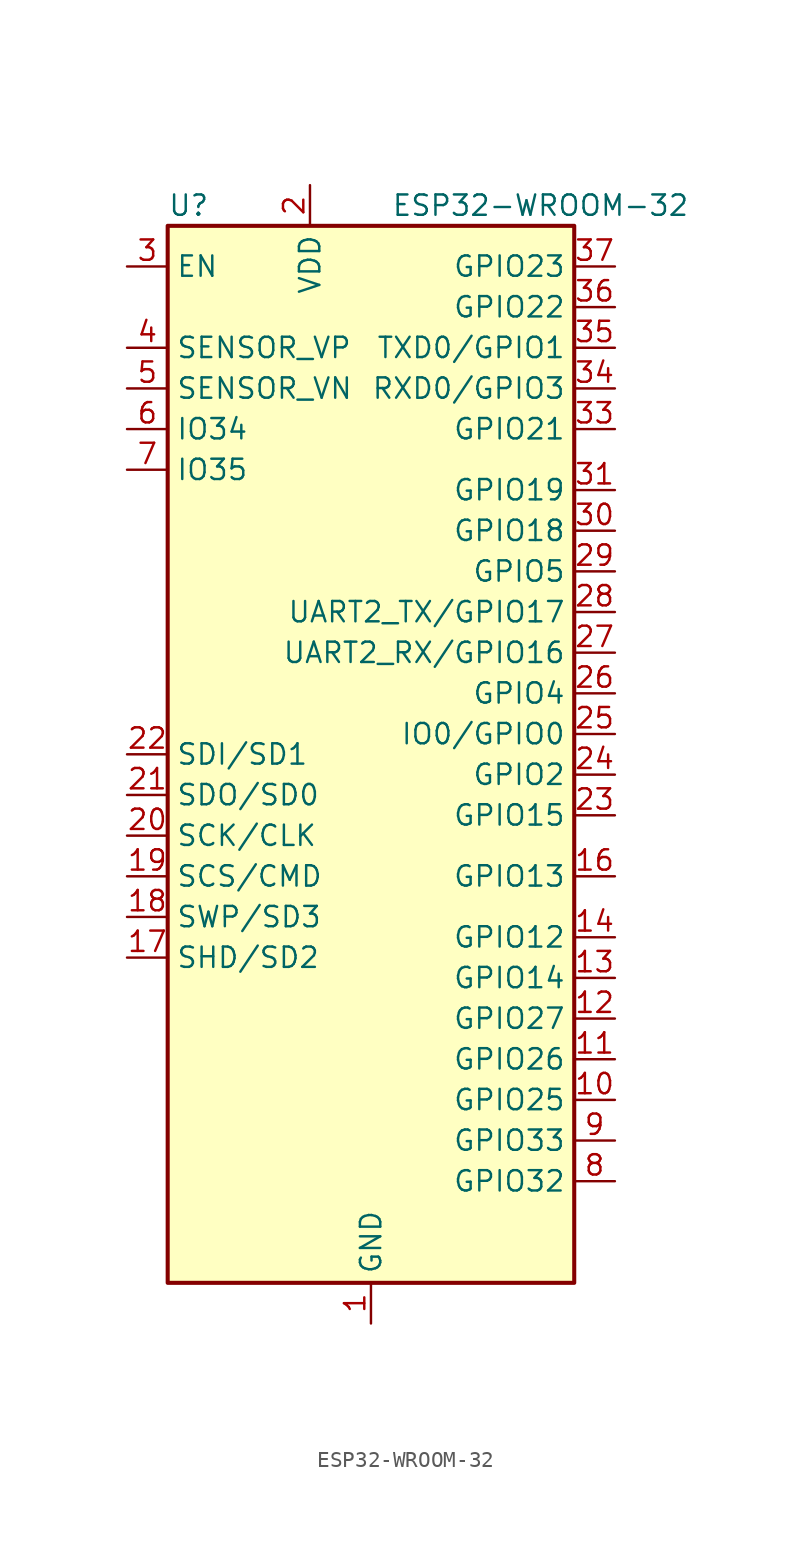
<source format=kicad_sym>
(kicad_symbol_lib
  (version 20211014)
  (generator kicad_symbol_editor)
  (symbol "ESP32-WROOM-32"
    (property "Reference" "U"
      (at -12.7 34.29 0)
      (effects (font (size 1.27 1.27)) (justify left)))
    (property "Value" "ESP32-WROOM-32"
      (at 1.27 34.29 0)
      (effects (font (size 1.27 1.27)) (justify left)))
    (symbol "ESP32-WROOM-32_0_1"
      (rectangle (start -12.7 33.02) (end 12.7 -33.02) (stroke (width 0.254) (type default) (color 0 0 0 0)) (fill (type background))))
    (symbol "ESP32-WROOM-32_1_1"
      (pin power_in line (at 0 -35.56 90) (length 2.54) (name "GND" (effects (font (size 1.27 1.27)))) (number "1" (effects (font (size 1.27 1.27)))))
      (pin bidirectional line (at 15.24 -21.59 180) (length 2.54) (name "GPIO25" (effects (font (size 1.27 1.27)))) (number "10" (effects (font (size 1.27 1.27)))))
      (pin bidirectional line (at 15.24 -19.05 180) (length 2.54) (name "GPIO26" (effects (font (size 1.27 1.27)))) (number "11" (effects (font (size 1.27 1.27)))))
      (pin bidirectional line (at 15.24 -16.51 180) (length 2.54) (name "GPIO27" (effects (font (size 1.27 1.27)))) (number "12" (effects (font (size 1.27 1.27)))))
      (pin bidirectional line (at 15.24 -13.97 180) (length 2.54) (name "GPIO14" (effects (font (size 1.27 1.27)))) (number "13" (effects (font (size 1.27 1.27)))))
      (pin bidirectional line (at 15.24 -11.43 180) (length 2.54) (name "GPIO12" (effects (font (size 1.27 1.27)))) (number "14" (effects (font (size 1.27 1.27)))))
      (pin passive line (at -2.54 -35.56 90) (length 2.54) hide (name "GND" (effects (font (size 1.27 1.27)))) (number "15" (effects (font (size 1.27 1.27)))))
      (pin bidirectional line (at 15.24 -7.62 180) (length 2.54) (name "GPIO13" (effects (font (size 1.27 1.27)))) (number "16" (effects (font (size 1.27 1.27)))))
      (pin bidirectional line (at -15.24 -12.7 0) (length 2.54) (name "SHD/SD2" (effects (font (size 1.27 1.27)))) (number "17" (effects (font (size 1.27 1.27)))))
      (pin bidirectional line (at -15.24 -10.16 0) (length 2.54) (name "SWP/SD3" (effects (font (size 1.27 1.27)))) (number "18" (effects (font (size 1.27 1.27)))))
      (pin bidirectional line (at -15.24 -7.62 0) (length 2.54) (name "SCS/CMD" (effects (font (size 1.27 1.27)))) (number "19" (effects (font (size 1.27 1.27)))))
      (pin power_in line (at -3.81 35.56 270) (length 2.54) (name "VDD" (effects (font (size 1.27 1.27)))) (number "2" (effects (font (size 1.27 1.27)))))
      (pin bidirectional line (at -15.24 -5.08 0) (length 2.54) (name "SCK/CLK" (effects (font (size 1.27 1.27)))) (number "20" (effects (font (size 1.27 1.27)))))
      (pin bidirectional line (at -15.24 -2.54 0) (length 2.54) (name "SDO/SD0" (effects (font (size 1.27 1.27)))) (number "21" (effects (font (size 1.27 1.27)))))
      (pin bidirectional line (at -15.24 0 0) (length 2.54) (name "SDI/SD1" (effects (font (size 1.27 1.27)))) (number "22" (effects (font (size 1.27 1.27)))))
      (pin bidirectional line (at 15.24 -3.81 180) (length 2.54) (name "GPIO15" (effects (font (size 1.27 1.27)))) (number "23" (effects (font (size 1.27 1.27)))))
      (pin bidirectional line (at 15.24 -1.27 180) (length 2.54) (name "GPIO2" (effects (font (size 1.27 1.27)))) (number "24" (effects (font (size 1.27 1.27)))))
      (pin bidirectional line (at 15.24 1.27 180) (length 2.54) (name "IO0/GPIO0" (effects (font (size 1.27 1.27)))) (number "25" (effects (font (size 1.27 1.27)))))
      (pin bidirectional line (at 15.24 3.81 180) (length 2.54) (name "GPIO4" (effects (font (size 1.27 1.27)))) (number "26" (effects (font (size 1.27 1.27)))))
      (pin bidirectional line (at 15.24 6.35 180) (length 2.54) (name "UART2_RX/GPIO16" (effects (font (size 1.27 1.27)))) (number "27" (effects (font (size 1.27 1.27)))))
      (pin bidirectional line (at 15.24 8.89 180) (length 2.54) (name "UART2_TX/GPIO17" (effects (font (size 1.27 1.27)))) (number "28" (effects (font (size 1.27 1.27)))))
      (pin bidirectional line (at 15.24 11.43 180) (length 2.54) (name "GPIO5" (effects (font (size 1.27 1.27)))) (number "29" (effects (font (size 1.27 1.27)))))
      (pin input line (at -15.24 30.48 0) (length 2.54) (name "EN" (effects (font (size 1.27 1.27)))) (number "3" (effects (font (size 1.27 1.27)))))
      (pin bidirectional line (at 15.24 13.97 180) (length 2.54) (name "GPIO18" (effects (font (size 1.27 1.27)))) (number "30" (effects (font (size 1.27 1.27)))))
      (pin bidirectional line (at 15.24 16.51 180) (length 2.54) (name "GPIO19" (effects (font (size 1.27 1.27)))) (number "31" (effects (font (size 1.27 1.27)))))
      (pin no_connect line (at -12.7 -27.94 0) (length 2.54) hide (name "NC" (effects (font (size 1.27 1.27)))) (number "32" (effects (font (size 1.27 1.27)))))
      (pin bidirectional line (at 15.24 20.32 180) (length 2.54) (name "GPIO21" (effects (font (size 1.27 1.27)))) (number "33" (effects (font (size 1.27 1.27)))))
      (pin bidirectional line (at 15.24 22.86 180) (length 2.54) (name "RXD0/GPIO3" (effects (font (size 1.27 1.27)))) (number "34" (effects (font (size 1.27 1.27)))))
      (pin bidirectional line (at 15.24 25.4 180) (length 2.54) (name "TXD0/GPIO1" (effects (font (size 1.27 1.27)))) (number "35" (effects (font (size 1.27 1.27)))))
      (pin bidirectional line (at 15.24 27.94 180) (length 2.54) (name "GPIO22" (effects (font (size 1.27 1.27)))) (number "36" (effects (font (size 1.27 1.27)))))
      (pin bidirectional line (at 15.24 30.48 180) (length 2.54) (name "GPIO23" (effects (font (size 1.27 1.27)))) (number "37" (effects (font (size 1.27 1.27)))))
      (pin passive line (at 2.54 -35.56 90) (length 2.54) hide (name "GND" (effects (font (size 1.27 1.27)))) (number "38" (effects (font (size 1.27 1.27)))))
      (pin passive line (at -5.08 -35.56 90) (length 2.54) hide (name "GND" (effects (font (size 1.27 1.27)))) (number "39" (effects (font (size 1.27 1.27)))))
      (pin input line (at -15.24 25.4 0) (length 2.54) (name "SENSOR_VP" (effects (font (size 1.27 1.27)))) (number "4" (effects (font (size 1.27 1.27)))))
      (pin input line (at -15.24 22.86 0) (length 2.54) (name "SENSOR_VN" (effects (font (size 1.27 1.27)))) (number "5" (effects (font (size 1.27 1.27)))))
      (pin input line (at -15.24 20.32 0) (length 2.54) (name "IO34" (effects (font (size 1.27 1.27)))) (number "6" (effects (font (size 1.27 1.27)))))
      (pin input line (at -15.24 17.78 0) (length 2.54) (name "IO35" (effects (font (size 1.27 1.27)))) (number "7" (effects (font (size 1.27 1.27)))))
      (pin bidirectional line (at 15.24 -26.67 180) (length 2.54) (name "GPIO32" (effects (font (size 1.27 1.27)))) (number "8" (effects (font (size 1.27 1.27)))))
      (pin bidirectional line (at 15.24 -24.13 180) (length 2.54) (name "GPIO33" (effects (font (size 1.27 1.27)))) (number "9" (effects (font (size 1.27 1.27))))))))
</source>
